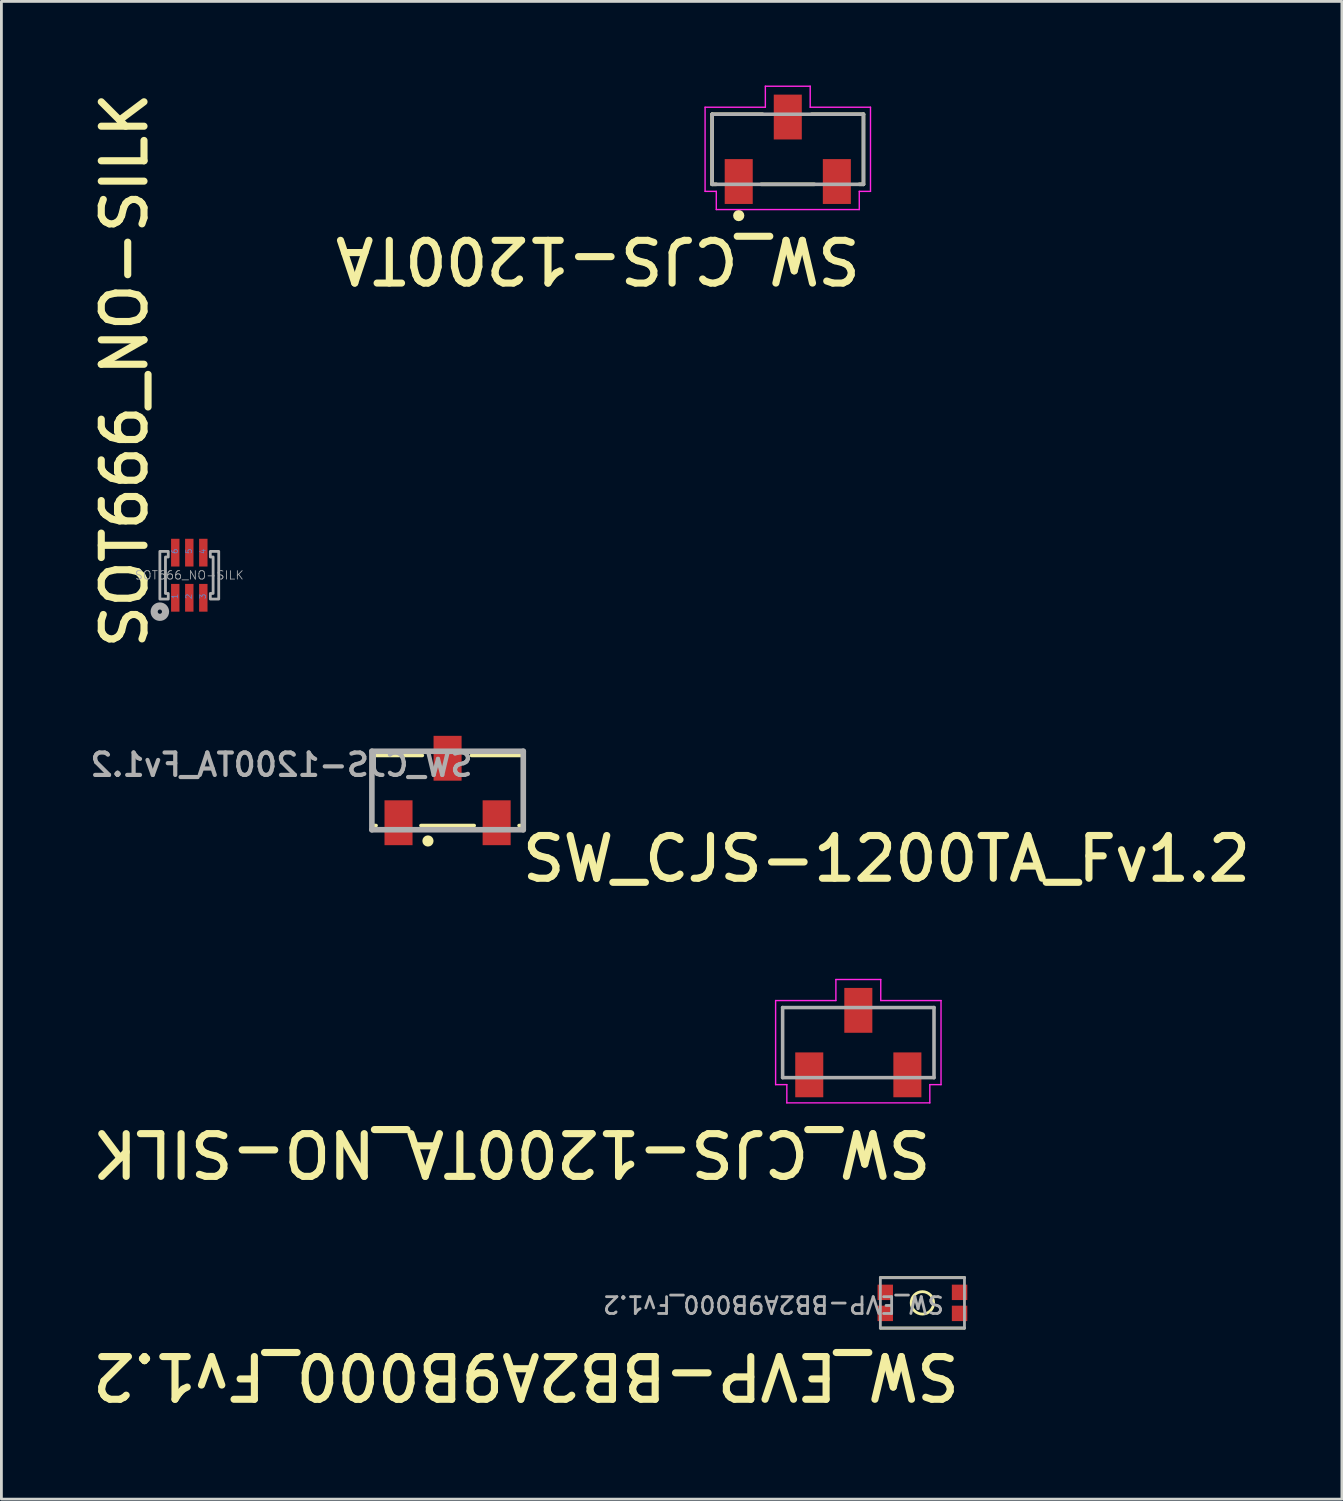
<source format=kicad_pcb>
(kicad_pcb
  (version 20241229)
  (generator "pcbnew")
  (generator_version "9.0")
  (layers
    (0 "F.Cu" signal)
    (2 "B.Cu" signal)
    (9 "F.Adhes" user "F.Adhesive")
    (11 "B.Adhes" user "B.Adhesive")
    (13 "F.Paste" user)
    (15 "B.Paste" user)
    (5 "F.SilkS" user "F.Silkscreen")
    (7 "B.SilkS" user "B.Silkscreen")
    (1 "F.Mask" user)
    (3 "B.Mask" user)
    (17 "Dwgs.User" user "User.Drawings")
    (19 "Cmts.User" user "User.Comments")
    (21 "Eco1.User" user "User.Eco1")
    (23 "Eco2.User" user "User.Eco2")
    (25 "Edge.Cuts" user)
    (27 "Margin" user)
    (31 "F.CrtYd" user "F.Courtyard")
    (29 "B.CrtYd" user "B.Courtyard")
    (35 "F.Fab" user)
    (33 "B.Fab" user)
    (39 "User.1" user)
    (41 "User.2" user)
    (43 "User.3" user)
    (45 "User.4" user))
  (footprint "SW_CJS-1200TA"
    (layer "F.Cu")
    (at 25.05 2.275)
    (property "Reference" "SW_CJS-1200TA" (at 2.718 3.048 180) (unlocked yes) (layer "F.SilkS") (effects (font (size 1.524 1.524) (thickness 0.254)) (justify left bottom)))
    (fp_line (start -2.7 -1.25) (end -2.7 1.25) (stroke (width 0.127) (type solid)) (layer "F.SilkS"))
    (fp_line (start -2.55 1.25) (end -2.7 1.25) (stroke (width 0.127) (type solid)) (layer "F.SilkS"))
    (fp_line (start -0.9 -1.25) (end -2.7 -1.25) (stroke (width 0.127) (type solid)) (layer "F.SilkS"))
    (fp_line (start 0.95 1.25) (end -0.95 1.25) (stroke (width 0.127) (type solid)) (layer "F.SilkS"))
    (fp_line (start 2.7 -1.25) (end 0.85 -1.25) (stroke (width 0.127) (type solid)) (layer "F.SilkS"))
    (fp_line (start 2.7 -1.25) (end 2.7 1.25) (stroke (width 0.127) (type solid)) (layer "F.SilkS"))
    (fp_line (start 2.7 1.25) (end 2.55 1.25) (stroke (width 0.127) (type solid)) (layer "F.SilkS"))
    (fp_circle (center -1.75 2.365) (end -1.75 2.465) (stroke (width 0.2) (type solid)) (fill no) (layer "F.SilkS"))
    (fp_line (start -2.95 -1.5) (end -2.95 1.5) (stroke (width 0.05) (type solid)) (layer "F.CrtYd"))
    (fp_line (start -2.55 1.5) (end -2.95 1.5) (stroke (width 0.05) (type solid)) (layer "F.CrtYd"))
    (fp_line (start -2.55 1.5) (end -2.55 2.15) (stroke (width 0.05) (type solid)) (layer "F.CrtYd"))
    (fp_line (start -0.8 -2.25) (end -0.8 -1.5) (stroke (width 0.05) (type solid)) (layer "F.CrtYd"))
    (fp_line (start -0.8 -1.5) (end -2.95 -1.5) (stroke (width 0.05) (type solid)) (layer "F.CrtYd"))
    (fp_line (start 0.8 -2.25) (end -0.8 -2.25) (stroke (width 0.05) (type solid)) (layer "F.CrtYd"))
    (fp_line (start 0.8 -2.25) (end 0.8 -1.5) (stroke (width 0.05) (type solid)) (layer "F.CrtYd"))
    (fp_line (start 2.55 1.5) (end 2.55 2.15) (stroke (width 0.05) (type solid)) (layer "F.CrtYd"))
    (fp_line (start 2.55 2.15) (end -2.55 2.15) (stroke (width 0.05) (type solid)) (layer "F.CrtYd"))
    (fp_line (start 2.95 -1.5) (end 0.8 -1.5) (stroke (width 0.05) (type solid)) (layer "F.CrtYd"))
    (fp_line (start 2.95 -1.5) (end 2.95 1.5) (stroke (width 0.05) (type solid)) (layer "F.CrtYd"))
    (fp_line (start 2.95 1.5) (end 2.55 1.5) (stroke (width 0.05) (type solid)) (layer "F.CrtYd"))
    (fp_line (start -2.7 -1.25) (end -2.7 1.25) (stroke (width 0.127) (type solid)) (layer "F.Fab"))
    (fp_line (start 2.7 -1.25) (end -2.7 -1.25) (stroke (width 0.127) (type solid)) (layer "F.Fab"))
    (fp_line (start 2.7 -1.25) (end 2.7 1.25) (stroke (width 0.127) (type solid)) (layer "F.Fab"))
    (fp_line (start 2.7 1.25) (end -2.7 1.25) (stroke (width 0.127) (type solid)) (layer "F.Fab"))
    (pad "1" smd rect (at -1.75 1.15) (size 1 1.6) (layers "F.Cu" "F.Mask" "F.Paste"))
    (pad "2" smd rect (at 0 -1.15) (size 1 1.6) (layers "F.Cu" "F.Mask" "F.Paste"))
    (pad "3" smd rect (at 1.75 1.15) (size 1 1.6) (layers "F.Cu" "F.Mask" "F.Paste")))
  (footprint "SOT666_NO-SILK"
    (layer "F.Cu")
    (at 3.702 17.468)
    (property "Reference" "SOT666_NO-SILK" (at -1.416 2.729 90) (unlocked yes) (layer "F.SilkS") (effects (font (size 1.524 1.524) (thickness 0.254)) (justify left bottom)))
    (fp_circle (center -1.05 1.3) (end -0.974 1.3) (stroke (width 0.254) (type solid)) (fill no) (layer "F.Fab"))
    (fp_poly (pts (xy -1.05 0.85) (xy -1.05 -0.85) (xy -0.75 -0.85) (xy -0.75 -0.65) (xy -0.85 -0.65) (xy -0.85 0.65) (xy -0.75 0.65) (xy -0.75 0.85)) (stroke (width 0.1) (type default)) (fill no) (layer "F.Fab"))
    (fp_poly (pts (xy 0.75 0.85) (xy 0.75 0.65) (xy 0.85 0.65) (xy 0.85 -0.65) (xy 0.75 -0.65) (xy 0.75 -0.85) (xy 1.05 -0.85) (xy 1.05 0.85)) (stroke (width 0.1) (type default)) (fill no) (layer "F.Fab"))
    (fp_poly (pts (xy -1.05 -1.3) (xy -1.05 1.3) (xy 1.05 1.3) (xy 1.05 -1.3)) (stroke (width 0.1) (type default)) (fill no) (layer "User.8"))
    (fp_text user "1" (at -0.4 0.865 90) (unlocked yes) (layer "Cmts.User") (effects (font (size 0.2 0.2) (thickness 0.02)) (justify left bottom)))
    (fp_text user "6" (at -0.4 -0.745 90) (unlocked yes) (layer "Cmts.User") (effects (font (size 0.2 0.2) (thickness 0.02)) (justify left bottom)))
    (fp_text user "4" (at 0.6 -0.745 90) (unlocked yes) (layer "Cmts.User") (effects (font (size 0.2 0.2) (thickness 0.02)) (justify left bottom)))
    (fp_text user "3" (at 0.6 0.865 90) (unlocked yes) (layer "Cmts.User") (effects (font (size 0.2 0.2) (thickness 0.02)) (justify left bottom)))
    (fp_text user "2" (at 0.1 0.865 90) (unlocked yes) (layer "Cmts.User") (effects (font (size 0.2 0.2) (thickness 0.02)) (justify left bottom)))
    (fp_text user "5" (at 0.1 -0.745 90) (unlocked yes) (layer "Cmts.User") (effects (font (size 0.2 0.2) (thickness 0.02)) (justify left bottom)))
    (fp_text user "${REFERENCE}" (at 0 0 0) (layer "F.Fab") (effects (font (size 0.3 0.3) (thickness 0.03))))
    (pad "1" smd rect (at -0.5 0.805 90) (size 0.99 0.3) (layers "F.Cu" "F.Mask" "F.Paste"))
    (pad "2" smd rect (at 0 0.805 90) (size 0.99 0.3) (layers "F.Cu" "F.Mask" "F.Paste"))
    (pad "3" smd rect (at 0.5 0.805 90) (size 0.99 0.3) (layers "F.Cu" "F.Mask" "F.Paste"))
    (pad "4" smd rect (at 0.5 -0.805 90) (size 0.99 0.3) (layers "F.Cu" "F.Mask" "F.Paste"))
    (pad "5" smd rect (at 0 -0.805 90) (size 0.99 0.3) (layers "F.Cu" "F.Mask" "F.Paste"))
    (pad "6" smd rect (at -0.5 -0.805 90) (size 0.99 0.3) (layers "F.Cu" "F.Mask" "F.Paste")))
  (footprint "SW_EVP-BB2A9B000_Fv1.2"
    (layer "F.Cu")
    (at 29.852 43.423)
    (property "Reference" "SW_EVP-BB2A9B000_Fv1.2" (at 1.448 1.715 180) (unlocked yes) (layer "F.SilkS") (effects (font (size 1.524 1.524) (thickness 0.254)) (justify left bottom)))
    (fp_line (start 1.5 -0.9) (end -1.5 -0.9) (stroke (width 0.1) (type solid)) (layer "F.SilkS"))
    (fp_line (start 1.5 0.9) (end -1.5 0.9) (stroke (width 0.1) (type solid)) (layer "F.SilkS"))
    (fp_circle (center 0 0) (end 0 0.4) (stroke (width 0.1) (type solid)) (fill no) (layer "F.SilkS"))
    (fp_line (start -1.5 -0.9) (end -1.5 0.9) (stroke (width 0.1) (type solid)) (layer "F.Fab"))
    (fp_line (start 1.5 -0.9) (end -1.5 -0.9) (stroke (width 0.1) (type solid)) (layer "F.Fab"))
    (fp_line (start 1.5 0.9) (end -1.5 0.9) (stroke (width 0.1) (type solid)) (layer "F.Fab"))
    (fp_line (start 1.5 -0.9) (end 1.5 -0.9) (stroke (width 0.1) (type solid)) (layer "F.Fab"))
    (fp_line (start 1.5 -0.9) (end 1.5 0.9) (stroke (width 0.1) (type solid)) (layer "F.Fab"))
    (fp_line (start 1.5 0.9) (end 1.5 0.9) (stroke (width 0.1) (type solid)) (layer "F.Fab"))
    (fp_text user "${REFERENCE}" (at 0.825 -0.3 180) (unlocked yes) (layer "F.Fab") (effects (font (size 0.6 0.6) (thickness 0.1)) (justify left bottom)))
    (pad "1" smd rect (at -1.325 -0.375) (size 0.55 0.55) (layers "F.Cu" "F.Mask" "F.Paste"))
    (pad "1" smd rect (at -1.325 0.375) (size 0.55 0.55) (layers "F.Cu" "F.Mask" "F.Paste"))
    (pad "2" smd rect (at 1.325 -0.375) (size 0.55 0.55) (layers "F.Cu" "F.Mask" "F.Paste"))
    (pad "2" smd rect (at 1.325 0.375) (size 0.55 0.55) (layers "F.Cu" "F.Mask" "F.Paste"))
    (zone (net_name "") (layer "F.Cu") (hatch edge 0.5) (connect_pads) (min_thickness 0.25) (filled_areas_thickness no) (keepout (tracks allowed) (vias allowed) (pads allowed) (copperpour not_allowed) (footprints allowed)) (placement (enabled no)) (fill) (polygon (pts (xy 28.906 42.673) (xy 30.806 42.673) (xy 30.806 44.173) (xy 28.906 44.173)))))
  (footprint "SW_CJS-1200TA_Fv1.2"
    (layer "F.Cu")
    (at 12.915 25.147)
    (property "Reference" "SW_CJS-1200TA_Fv1.2" (at 2.535 3.329 0) (unlocked yes) (layer "F.SilkS") (effects (font (size 1.524 1.524) (thickness 0.254)) (justify left bottom)))
    (fp_line (start -2.7 -1.25) (end -2.7 1.25) (stroke (width 0.127) (type solid)) (layer "F.SilkS"))
    (fp_line (start -2.7 -1.25) (end -0.9 -1.25) (stroke (width 0.127) (type solid)) (layer "F.SilkS"))
    (fp_line (start -2.7 1.25) (end -2.55 1.25) (stroke (width 0.127) (type solid)) (layer "F.SilkS"))
    (fp_line (start -0.95 1.25) (end 0.95 1.25) (stroke (width 0.127) (type solid)) (layer "F.SilkS"))
    (fp_line (start 0.85 -1.25) (end 2.7 -1.25) (stroke (width 0.127) (type solid)) (layer "F.SilkS"))
    (fp_line (start 2.55 1.25) (end 2.7 1.25) (stroke (width 0.127) (type solid)) (layer "F.SilkS"))
    (fp_line (start 2.7 -1.25) (end 2.7 1.25) (stroke (width 0.127) (type solid)) (layer "F.SilkS"))
    (fp_circle (center -0.7 1.8) (end -0.7 1.9) (stroke (width 0.2) (type solid)) (fill no) (layer "F.SilkS"))
    (fp_line (start -2.7 -1.4) (end -2.7 1.4) (stroke (width 0.2) (type solid)) (layer "F.Fab"))
    (fp_line (start -2.7 -1.4) (end 2.7 -1.4) (stroke (width 0.2) (type solid)) (layer "F.Fab"))
    (fp_line (start -2.7 1.4) (end 2.7 1.4) (stroke (width 0.2) (type solid)) (layer "F.Fab"))
    (fp_line (start 2.7 -1.4) (end 2.7 1.4) (stroke (width 0.2) (type solid)) (layer "F.Fab"))
    (fp_text user "${REFERENCE}" (at 0.975 -0.45 0) (unlocked yes) (layer "F.Fab") (effects (font (size 0.8 0.8) (thickness 0.15)) (justify left bottom mirror)))
    (pad "1" smd rect (at -1.75 1.15 180) (size 1 1.6) (layers "F.Cu" "F.Mask" "F.Paste"))
    (pad "2" smd rect (at 0 -1.15 180) (size 1 1.6) (layers "F.Cu" "F.Mask" "F.Paste"))
    (pad "3" smd rect (at 1.75 1.15 180) (size 1 1.6) (layers "F.Cu" "F.Mask" "F.Paste")))
  (footprint "SW_CJS-1200TA_NO-SILK"
    (layer "F.Cu")
    (at 27.566 34.139)
    (property "Reference" "SW_CJS-1200TA_NO-SILK" (at 2.718 3.048 180) (unlocked yes) (layer "F.SilkS") (effects (font (size 1.524 1.524) (thickness 0.254)) (justify left bottom)))
    (fp_line (start -2.95 -1.5) (end -2.95 1.5) (stroke (width 0.05) (type solid)) (layer "F.CrtYd"))
    (fp_line (start -2.55 1.5) (end -2.95 1.5) (stroke (width 0.05) (type solid)) (layer "F.CrtYd"))
    (fp_line (start -2.55 1.5) (end -2.55 2.15) (stroke (width 0.05) (type solid)) (layer "F.CrtYd"))
    (fp_line (start -0.8 -2.25) (end -0.8 -1.5) (stroke (width 0.05) (type solid)) (layer "F.CrtYd"))
    (fp_line (start -0.8 -1.5) (end -2.95 -1.5) (stroke (width 0.05) (type solid)) (layer "F.CrtYd"))
    (fp_line (start 0.8 -2.25) (end -0.8 -2.25) (stroke (width 0.05) (type solid)) (layer "F.CrtYd"))
    (fp_line (start 0.8 -2.25) (end 0.8 -1.5) (stroke (width 0.05) (type solid)) (layer "F.CrtYd"))
    (fp_line (start 2.55 1.5) (end 2.55 2.15) (stroke (width 0.05) (type solid)) (layer "F.CrtYd"))
    (fp_line (start 2.55 2.15) (end -2.55 2.15) (stroke (width 0.05) (type solid)) (layer "F.CrtYd"))
    (fp_line (start 2.95 -1.5) (end 0.8 -1.5) (stroke (width 0.05) (type solid)) (layer "F.CrtYd"))
    (fp_line (start 2.95 -1.5) (end 2.95 1.5) (stroke (width 0.05) (type solid)) (layer "F.CrtYd"))
    (fp_line (start 2.95 1.5) (end 2.55 1.5) (stroke (width 0.05) (type solid)) (layer "F.CrtYd"))
    (fp_line (start -2.7 -1.25) (end -2.7 1.25) (stroke (width 0.127) (type solid)) (layer "F.Fab"))
    (fp_line (start 2.7 -1.25) (end -2.7 -1.25) (stroke (width 0.127) (type solid)) (layer "F.Fab"))
    (fp_line (start 2.7 -1.25) (end 2.7 1.25) (stroke (width 0.127) (type solid)) (layer "F.Fab"))
    (fp_line (start 2.7 1.25) (end -2.7 1.25) (stroke (width 0.127) (type solid)) (layer "F.Fab"))
    (pad "1" smd rect (at -1.75 1.15) (size 1 1.6) (layers "F.Cu" "F.Mask" "F.Paste"))
    (pad "2" smd rect (at 0 -1.15) (size 1 1.6) (layers "F.Cu" "F.Mask" "F.Paste"))
    (pad "3" smd rect (at 1.75 1.15) (size 1 1.6) (layers "F.Cu" "F.Mask" "F.Paste")))
  (gr_rect
    (start -3 -3)
    (end 44.815 50.424)
    (stroke (width 0.1) (type default))
    (fill no)
    (layer "Edge.Cuts")))
</source>
